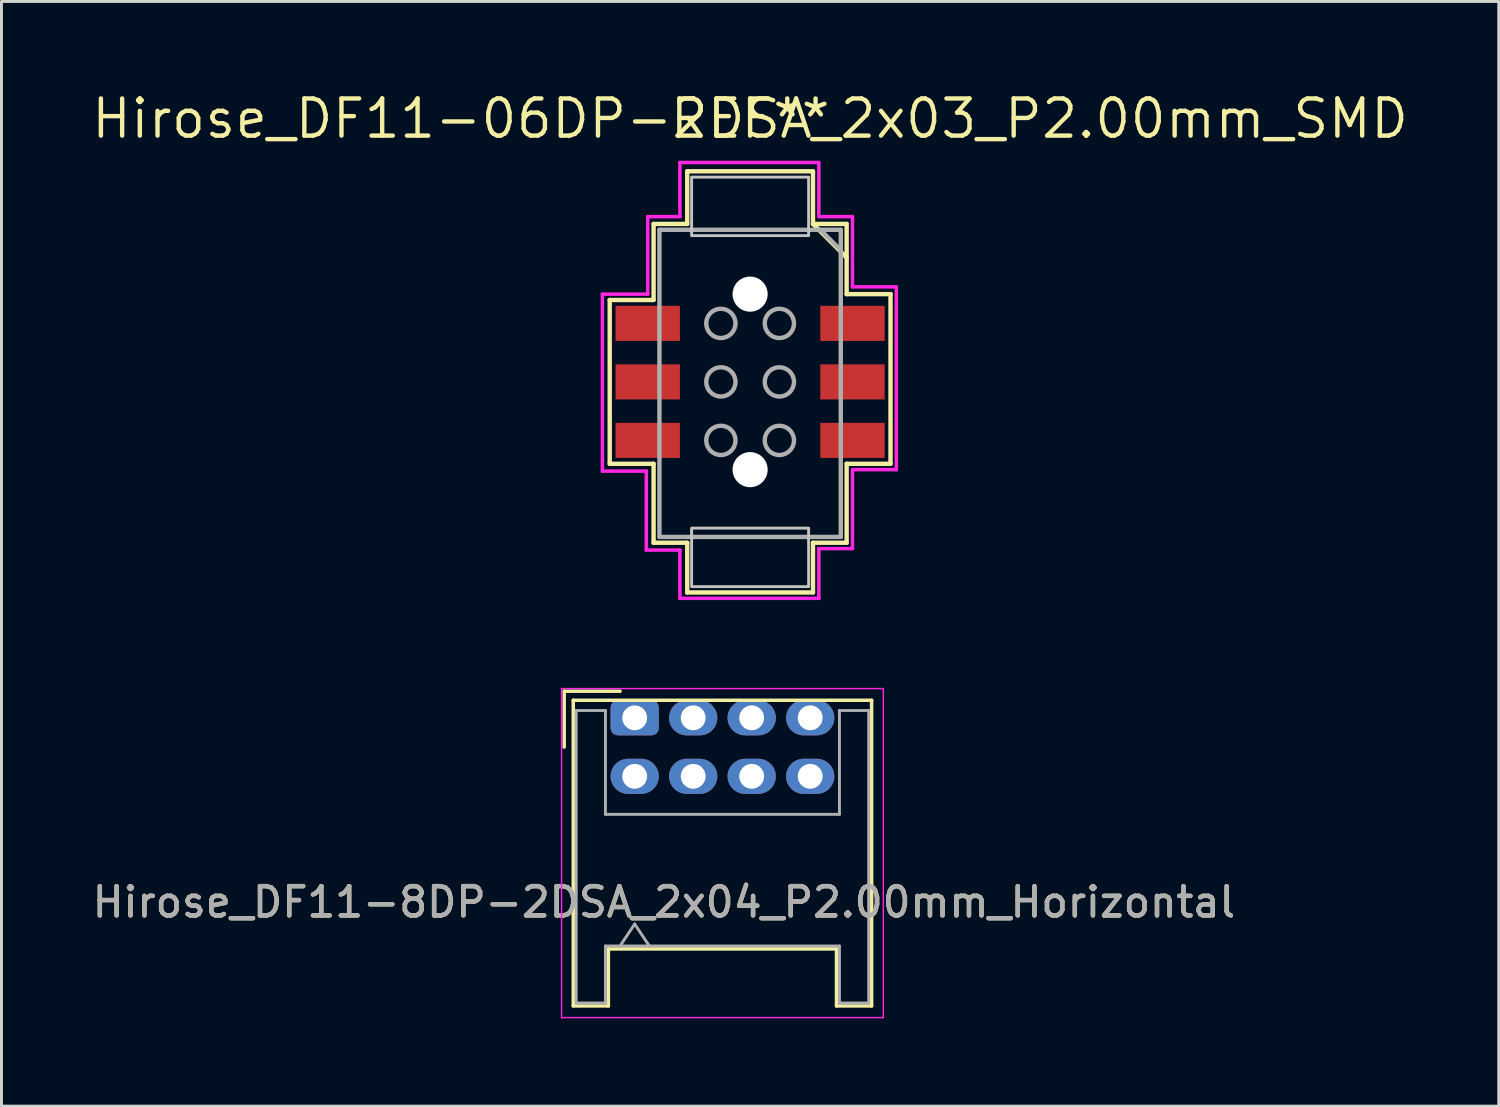
<source format=kicad_pcb>
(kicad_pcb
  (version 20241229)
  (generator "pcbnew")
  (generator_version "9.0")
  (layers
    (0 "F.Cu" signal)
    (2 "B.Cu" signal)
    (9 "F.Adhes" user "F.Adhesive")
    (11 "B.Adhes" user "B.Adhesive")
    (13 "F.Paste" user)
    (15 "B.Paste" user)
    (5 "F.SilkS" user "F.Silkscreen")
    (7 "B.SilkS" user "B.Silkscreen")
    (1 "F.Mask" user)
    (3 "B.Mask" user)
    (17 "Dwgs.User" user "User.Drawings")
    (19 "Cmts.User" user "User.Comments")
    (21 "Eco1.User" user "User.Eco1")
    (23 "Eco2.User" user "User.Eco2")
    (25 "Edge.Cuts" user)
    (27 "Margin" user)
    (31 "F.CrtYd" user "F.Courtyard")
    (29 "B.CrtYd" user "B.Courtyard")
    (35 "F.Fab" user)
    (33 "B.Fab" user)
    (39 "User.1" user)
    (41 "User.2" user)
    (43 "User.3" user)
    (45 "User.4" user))
  (footprint "Hirose_DF11-06DP-2DSA_2x03_P2.00mm_SMD"
    (layer "F.Cu")
    (at 22.595 12.006)
    (property "Reference" "Hirose_DF11-06DP-2DSA_2x03_P2.00mm_SMD" (at 0 -11 180) (layer "F.SilkS") (effects (font (size 1.27 1.27) (thickness 0.15))))
    (attr through_hole)
    (fp_poly (pts (xy -2.032 -9.097) (xy -2.032 -6.922) (xy 2.032 -6.922) (xy 2.032 -9.097)) (stroke (width 0) (type solid)) (fill yes) (layer "F.Mask"))
    (fp_poly (pts (xy -2.032 2.922) (xy -2.032 5.097) (xy 2.032 5.097) (xy 2.032 2.922)) (stroke (width 0) (type solid)) (fill yes) (layer "F.Mask"))
    (fp_line (start -4.8 -4.8) (end -3.3 -4.8) (stroke (width 0.15) (type solid)) (layer "F.SilkS"))
    (fp_line (start -4.8 0.8) (end -4.8 -4.8) (stroke (width 0.15) (type solid)) (layer "F.SilkS"))
    (fp_line (start -3.3 -4.8) (end -3.3 -7.4) (stroke (width 0.15) (type solid)) (layer "F.SilkS"))
    (fp_line (start -3.3 0.8) (end -4.8 0.8) (stroke (width 0.15) (type solid)) (layer "F.SilkS"))
    (fp_line (start -3.3 3.5) (end -3.3 0.8) (stroke (width 0.15) (type solid)) (layer "F.SilkS"))
    (fp_line (start -3.3 3.5) (end -2.15 3.5) (stroke (width 0.15) (type solid)) (layer "F.SilkS"))
    (fp_line (start -2.15 -9.2) (end -2.15 -7.4) (stroke (width 0.15) (type solid)) (layer "F.SilkS"))
    (fp_line (start -2.15 -7.4) (end -3.3 -7.4) (stroke (width 0.15) (type solid)) (layer "F.SilkS"))
    (fp_line (start -2.15 3.5) (end -2.15 5.2) (stroke (width 0.15) (type solid)) (layer "F.SilkS"))
    (fp_line (start -2.15 5.2) (end 2.15 5.2) (stroke (width 0.15) (type solid)) (layer "F.SilkS"))
    (fp_line (start 2.15 -9.2) (end -2.15 -9.2) (stroke (width 0.15) (type solid)) (layer "F.SilkS"))
    (fp_line (start 2.15 -7.4) (end 2.15 -9.2) (stroke (width 0.15) (type solid)) (layer "F.SilkS"))
    (fp_line (start 2.15 -7.4) (end 3.3 -6.25) (stroke (width 0.15) (type solid)) (layer "F.SilkS"))
    (fp_line (start 2.15 3.5) (end 3.3 3.5) (stroke (width 0.15) (type solid)) (layer "F.SilkS"))
    (fp_line (start 2.15 5.2) (end 2.15 3.5) (stroke (width 0.15) (type solid)) (layer "F.SilkS"))
    (fp_line (start 3.3 -7.4) (end 2.15 -7.4) (stroke (width 0.15) (type solid)) (layer "F.SilkS"))
    (fp_line (start 3.3 -5) (end 3.3 -7.4) (stroke (width 0.15) (type solid)) (layer "F.SilkS"))
    (fp_line (start 3.3 0.8) (end 4.8 0.8) (stroke (width 0.15) (type solid)) (layer "F.SilkS"))
    (fp_line (start 3.3 3.5) (end 3.3 0.8) (stroke (width 0.15) (type solid)) (layer "F.SilkS"))
    (fp_line (start 4.8 -5) (end 3.3 -5) (stroke (width 0.15) (type solid)) (layer "F.SilkS"))
    (fp_line (start 4.8 0.8) (end 4.8 -5) (stroke (width 0.15) (type solid)) (layer "F.SilkS"))
    (fp_poly (pts (xy -2 -9) (xy -2 -7) (xy 2 -7) (xy 2 -9)) (stroke (width 0.1) (type solid)) (fill no) (layer "Dwgs.User"))
    (fp_poly (pts (xy -2 3) (xy -2 5) (xy 2 5) (xy 2 3)) (stroke (width 0.1) (type solid)) (fill no) (layer "Dwgs.User"))
    (fp_line (start -5.05 -5) (end -3.5 -5) (stroke (width 0.12) (type solid)) (layer "F.CrtYd"))
    (fp_line (start -5.05 1.05) (end -5.05 -5) (stroke (width 0.12) (type solid)) (layer "F.CrtYd"))
    (fp_line (start -3.55 1.05) (end -5.05 1.05) (stroke (width 0.12) (type solid)) (layer "F.CrtYd"))
    (fp_line (start -3.55 3.75) (end -3.55 1.05) (stroke (width 0.12) (type solid)) (layer "F.CrtYd"))
    (fp_line (start -3.5 -7.65) (end -2.4 -7.65) (stroke (width 0.12) (type solid)) (layer "F.CrtYd"))
    (fp_line (start -3.5 -5) (end -3.5 -7.65) (stroke (width 0.12) (type solid)) (layer "F.CrtYd"))
    (fp_line (start -2.4 -9.5) (end 2.35 -9.5) (stroke (width 0.12) (type solid)) (layer "F.CrtYd"))
    (fp_line (start -2.4 -7.65) (end -2.4 -9.5) (stroke (width 0.12) (type solid)) (layer "F.CrtYd"))
    (fp_line (start -2.4 3.75) (end -3.55 3.75) (stroke (width 0.12) (type solid)) (layer "F.CrtYd"))
    (fp_line (start -2.4 5.4) (end -2.4 3.75) (stroke (width 0.12) (type solid)) (layer "F.CrtYd"))
    (fp_line (start 2.35 -9.5) (end 2.35 -7.65) (stroke (width 0.12) (type solid)) (layer "F.CrtYd"))
    (fp_line (start 2.35 -7.65) (end 3.5 -7.65) (stroke (width 0.12) (type solid)) (layer "F.CrtYd"))
    (fp_line (start 2.35 3.7) (end 2.35 5.4) (stroke (width 0.12) (type solid)) (layer "F.CrtYd"))
    (fp_line (start 2.35 5.4) (end -2.4 5.4) (stroke (width 0.12) (type solid)) (layer "F.CrtYd"))
    (fp_line (start 3.5 -7.65) (end 3.5 -5.25) (stroke (width 0.12) (type solid)) (layer "F.CrtYd"))
    (fp_line (start 3.5 -5.25) (end 5 -5.25) (stroke (width 0.12) (type solid)) (layer "F.CrtYd"))
    (fp_line (start 3.5 1) (end 3.5 3.7) (stroke (width 0.12) (type solid)) (layer "F.CrtYd"))
    (fp_line (start 3.5 3.7) (end 2.35 3.7) (stroke (width 0.12) (type solid)) (layer "F.CrtYd"))
    (fp_line (start 5 -5.25) (end 5 1) (stroke (width 0.12) (type solid)) (layer "F.CrtYd"))
    (fp_line (start 5 1) (end 3.5 1) (stroke (width 0.12) (type solid)) (layer "F.CrtYd"))
    (fp_line (start -3.1 -7.2) (end 3.1 -7.2) (stroke (width 0.15) (type solid)) (layer "F.Fab"))
    (fp_line (start -3.1 3.3) (end -3.1 -7.2) (stroke (width 0.15) (type solid)) (layer "F.Fab"))
    (fp_line (start 3.1 -7.2) (end 3.1 3.3) (stroke (width 0.15) (type solid)) (layer "F.Fab"))
    (fp_line (start 3.1 -6.5) (end 2.4 -7.2) (stroke (width 0.15) (type solid)) (layer "F.Fab"))
    (fp_line (start 3.1 3.3) (end -3.1 3.3) (stroke (width 0.15) (type solid)) (layer "F.Fab"))
    (fp_circle (center -1 -4) (end -0.6 -3.7) (stroke (width 0.15) (type solid)) (fill no) (layer "F.Fab"))
    (fp_circle (center -1 -2) (end -0.6 -1.7) (stroke (width 0.15) (type solid)) (fill no) (layer "F.Fab"))
    (fp_circle (center -1 0) (end -0.6 0.3) (stroke (width 0.15) (type solid)) (fill no) (layer "F.Fab"))
    (fp_circle (center 1 -4) (end 1.4 -3.7) (stroke (width 0.15) (type solid)) (fill no) (layer "F.Fab"))
    (fp_circle (center 1 -2) (end 1.4 -1.7) (stroke (width 0.15) (type solid)) (fill no) (layer "F.Fab"))
    (fp_circle (center 1 0) (end 1.4 0.3) (stroke (width 0.15) (type solid)) (fill no) (layer "F.Fab"))
    (fp_text user "REF**" (at 0 -11 0) (layer "F.SilkS") (effects (font (size 1.27 1.27) (thickness 0.15))))
    (pad "" np_thru_hole circle (at 0 -5 270) (size 1.2 1.2) (drill 1.2) (layers "*.Cu"))
    (pad "" np_thru_hole circle (at 0 1 270) (size 1.2 1.2) (drill 1.2) (layers "*.Cu"))
    (pad "1" smd rect (at 3.5 -4) (size 2.2 1.2) (layers "F.Cu" "F.Mask" "F.Paste"))
    (pad "2" smd rect (at -3.5 -4) (size 2.2 1.2) (layers "F.Cu" "F.Mask" "F.Paste"))
    (pad "3" smd rect (at 3.5 -2) (size 2.2 1.2) (layers "F.Cu" "F.Mask" "F.Paste"))
    (pad "4" smd rect (at -3.5 -2) (size 2.2 1.2) (layers "F.Cu" "F.Mask" "F.Paste"))
    (pad "5" smd rect (at 3.5 0) (size 2.2 1.2) (layers "F.Cu" "F.Mask" "F.Paste"))
    (pad "6" smd rect (at -3.5 0) (size 2.2 1.2) (layers "F.Cu" "F.Mask" "F.Paste")))
  (footprint "Hirose_DF11-8DP-2DSA_2x04_P2.00mm_Horizontal"
    (layer "F.Cu")
    (at 18.649 21.491)
    (property "Reference" "Hirose_DF11-8DP-2DSA_2x04_P2.00mm_Horizontal" (at 1 6.3 0) (layer "F.SilkS") (effects (font (size 1 1) (thickness 0.15))))
    (attr through_hole)
    (fp_line (start -2.41 -0.91) (end -0.5 -0.91) (stroke (width 0.12) (type solid)) (layer "F.SilkS"))
    (fp_line (start -2.41 1) (end -2.41 -0.91) (stroke (width 0.12) (type solid)) (layer "F.SilkS"))
    (fp_line (start -2.1 -0.6) (end -2.1 9.85) (stroke (width 0.12) (type solid)) (layer "F.SilkS"))
    (fp_line (start -2.1 9.85) (end -0.9 9.85) (stroke (width 0.12) (type solid)) (layer "F.SilkS"))
    (fp_line (start -0.9 7.9) (end -0.9 9.85) (stroke (width 0.12) (type solid)) (layer "F.SilkS"))
    (fp_line (start -0.9 7.9) (end 6.9 7.9) (stroke (width 0.12) (type solid)) (layer "F.SilkS"))
    (fp_line (start 6.9 9.85) (end 6.9 7.9) (stroke (width 0.12) (type solid)) (layer "F.SilkS"))
    (fp_line (start 6.9 9.85) (end 8.1 9.85) (stroke (width 0.12) (type solid)) (layer "F.SilkS"))
    (fp_line (start 8.1 -0.6) (end -2.1 -0.6) (stroke (width 0.12) (type solid)) (layer "F.SilkS"))
    (fp_line (start 8.1 9.85) (end 8.1 -0.6) (stroke (width 0.12) (type solid)) (layer "F.SilkS"))
    (fp_line (start -2.5 -1) (end -2.5 10.25) (stroke (width 0.05) (type solid)) (layer "F.CrtYd"))
    (fp_line (start -2.5 10.25) (end 8.5 10.25) (stroke (width 0.05) (type solid)) (layer "F.CrtYd"))
    (fp_line (start 8.5 -1) (end -2.5 -1) (stroke (width 0.05) (type solid)) (layer "F.CrtYd"))
    (fp_line (start 8.5 10.25) (end 8.5 -1) (stroke (width 0.05) (type solid)) (layer "F.CrtYd"))
    (fp_line (start -2 -0.25) (end -2 9.75) (stroke (width 0.1) (type solid)) (layer "F.Fab"))
    (fp_line (start -2 9.75) (end -1 9.75) (stroke (width 0.1) (type solid)) (layer "F.Fab"))
    (fp_line (start -1 -0.25) (end -2 -0.25) (stroke (width 0.1) (type solid)) (layer "F.Fab"))
    (fp_line (start -1 3.3) (end -1 -0.25) (stroke (width 0.1) (type solid)) (layer "F.Fab"))
    (fp_line (start -1 3.3) (end 7 3.3) (stroke (width 0.1) (type solid)) (layer "F.Fab"))
    (fp_line (start -1 7.8) (end 7 7.8) (stroke (width 0.1) (type solid)) (layer "F.Fab"))
    (fp_line (start -1 9.75) (end -1 7.8) (stroke (width 0.1) (type solid)) (layer "F.Fab"))
    (fp_line (start -0.5 7.8) (end 0 7.05) (stroke (width 0.1) (type solid)) (layer "F.Fab"))
    (fp_line (start 0 7.05) (end 0.5 7.8) (stroke (width 0.1) (type solid)) (layer "F.Fab"))
    (fp_line (start 7 3.3) (end 7 -0.25) (stroke (width 0.1) (type solid)) (layer "F.Fab"))
    (fp_line (start 7 7.8) (end 7 9.75) (stroke (width 0.1) (type solid)) (layer "F.Fab"))
    (fp_line (start 7 9.75) (end 8 9.75) (stroke (width 0.1) (type solid)) (layer "F.Fab"))
    (fp_line (start 8 -0.25) (end 7 -0.25) (stroke (width 0.1) (type solid)) (layer "F.Fab"))
    (fp_line (start 8 9.75) (end 8 -0.25) (stroke (width 0.1) (type solid)) (layer "F.Fab"))
    (fp_text user "${REFERENCE}" (at 1 6.3 0) (layer "F.Fab") (effects (font (size 1 1) (thickness 0.15))))
    (pad "1" thru_hole roundrect (at 0 0 90) (size 1.2 1.65) (drill 0.85) (layers "*.Cu" "*.Mask") (roundrect_rratio 0.208))
    (pad "2" thru_hole oval (at 0 2 90) (size 1.2 1.65) (drill 0.85) (layers "*.Cu" "*.Mask"))
    (pad "3" thru_hole oval (at 2 0 90) (size 1.2 1.65) (drill 0.85) (layers "*.Cu" "*.Mask"))
    (pad "4" thru_hole oval (at 2 2 90) (size 1.2 1.65) (drill 0.85) (layers "*.Cu" "*.Mask"))
    (pad "5" thru_hole oval (at 4 0 90) (size 1.2 1.65) (drill 0.85) (layers "*.Cu" "*.Mask"))
    (pad "6" thru_hole oval (at 4 2 90) (size 1.2 1.65) (drill 0.85) (layers "*.Cu" "*.Mask"))
    (pad "7" thru_hole oval (at 6 0 90) (size 1.2 1.65) (drill 0.85) (layers "*.Cu" "*.Mask"))
    (pad "8" thru_hole oval (at 6 2 90) (size 1.2 1.65) (drill 0.85) (layers "*.Cu" "*.Mask")))
  (gr_rect
    (start -3 -3)
    (end 48.19 34.766)
    (stroke (width 0.1) (type default))
    (fill no)
    (layer "Edge.Cuts")))
</source>
